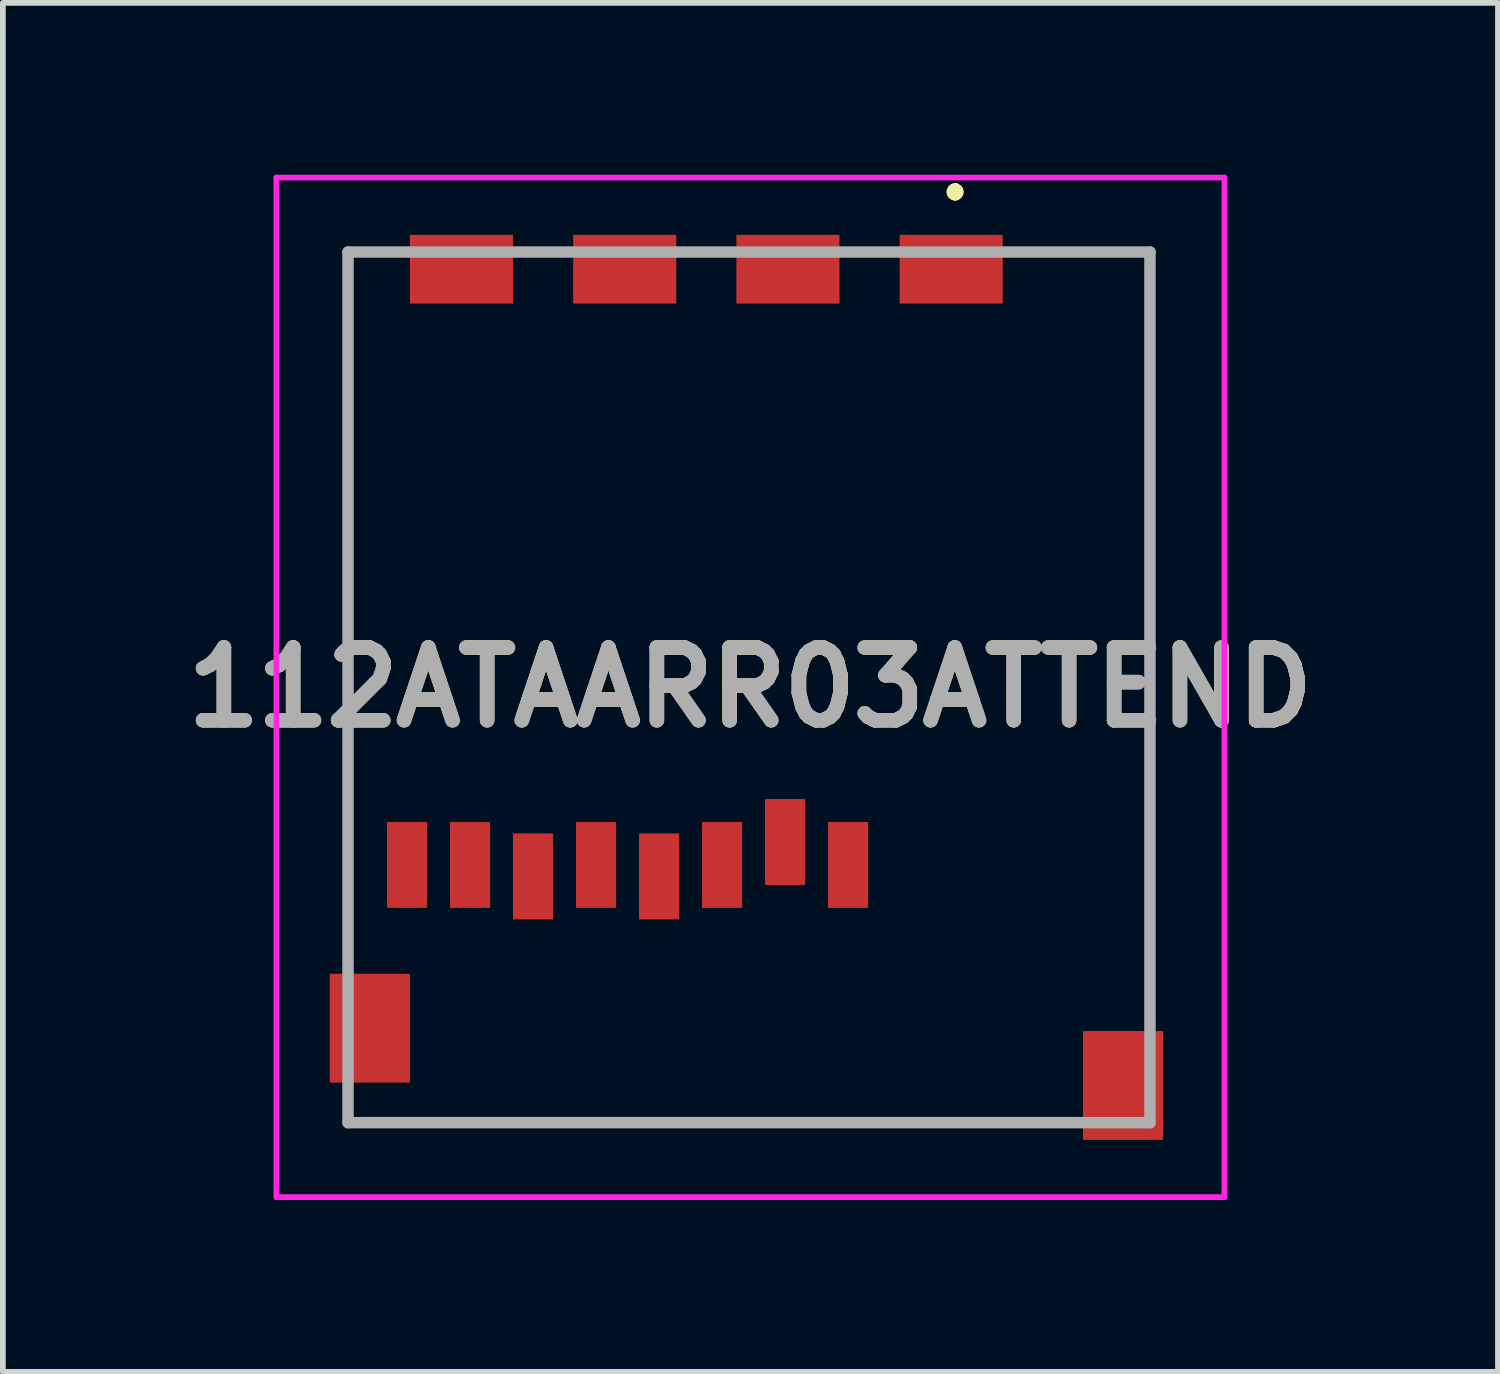
<source format=kicad_pcb>
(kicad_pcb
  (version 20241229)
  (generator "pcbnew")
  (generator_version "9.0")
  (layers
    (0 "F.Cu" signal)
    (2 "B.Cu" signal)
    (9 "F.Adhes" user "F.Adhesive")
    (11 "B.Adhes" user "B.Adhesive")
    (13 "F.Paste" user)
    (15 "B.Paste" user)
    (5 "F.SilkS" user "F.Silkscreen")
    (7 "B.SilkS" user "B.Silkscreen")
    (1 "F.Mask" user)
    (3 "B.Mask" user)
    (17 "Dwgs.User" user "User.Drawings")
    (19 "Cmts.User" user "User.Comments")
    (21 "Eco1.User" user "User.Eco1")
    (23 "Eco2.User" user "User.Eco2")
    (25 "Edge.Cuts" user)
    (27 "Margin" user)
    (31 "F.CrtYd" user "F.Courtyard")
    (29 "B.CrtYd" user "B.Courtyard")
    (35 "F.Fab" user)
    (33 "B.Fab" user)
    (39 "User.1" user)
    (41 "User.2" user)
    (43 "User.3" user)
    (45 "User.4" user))
  (footprint "112ATAARR03ATTEND"
    (layer "F.Cu")
    (at 2.956 12.05)
    (property "Reference" "112ATAARR03ATTEND" (at 7.095 -3.1 0) (layer "F.SilkS") (effects (font (size 1.27 1.27) (thickness 0.254))))
    (attr smd)
    (fp_line (start 0.07 -10.7) (end 0.07 -10.7) (stroke (width 0.1) (type solid)) (layer "F.SilkS"))
    (fp_line (start 0.07 -10.7) (end 0.07 -10.7) (stroke (width 0.1) (type solid)) (layer "F.SilkS"))
    (fp_line (start 0.07 -10.7) (end 0.07 1.4) (stroke (width 0.1) (type solid)) (layer "F.SilkS"))
    (fp_line (start 0.07 -10.7) (end 0.57 -10.7) (stroke (width 0.1) (type solid)) (layer "F.SilkS"))
    (fp_line (start 0.07 1.4) (end 0.07 -10.7) (stroke (width 0.1) (type solid)) (layer "F.SilkS"))
    (fp_line (start 0.07 1.4) (end 0.07 1.4) (stroke (width 0.1) (type solid)) (layer "F.SilkS"))
    (fp_line (start 0.07 4.5) (end 0.07 4.5) (stroke (width 0.1) (type solid)) (layer "F.SilkS"))
    (fp_line (start 0.07 4.5) (end 12.32 4.5) (stroke (width 0.1) (type solid)) (layer "F.SilkS"))
    (fp_line (start 0.57 -10.7) (end 0.07 -10.7) (stroke (width 0.1) (type solid)) (layer "F.SilkS"))
    (fp_line (start 0.57 -10.7) (end 0.57 -10.7) (stroke (width 0.1) (type solid)) (layer "F.SilkS"))
    (fp_line (start 10.67 -11.8) (end 10.67 -11.8) (stroke (width 0.2) (type solid)) (layer "F.SilkS"))
    (fp_line (start 10.67 -11.8) (end 10.67 -11.8) (stroke (width 0.2) (type solid)) (layer "F.SilkS"))
    (fp_line (start 10.67 -11.7) (end 10.67 -11.7) (stroke (width 0.2) (type solid)) (layer "F.SilkS"))
    (fp_line (start 12.07 -10.7) (end 12.07 -10.7) (stroke (width 0.1) (type solid)) (layer "F.SilkS"))
    (fp_line (start 12.07 -10.7) (end 14.07 -10.7) (stroke (width 0.1) (type solid)) (layer "F.SilkS"))
    (fp_line (start 12.32 4.5) (end 0.07 4.5) (stroke (width 0.1) (type solid)) (layer "F.SilkS"))
    (fp_line (start 12.32 4.5) (end 12.32 4.5) (stroke (width 0.1) (type solid)) (layer "F.SilkS"))
    (fp_line (start 14.07 -10.7) (end 12.07 -10.7) (stroke (width 0.1) (type solid)) (layer "F.SilkS"))
    (fp_line (start 14.07 -10.7) (end 14.07 -10.7) (stroke (width 0.1) (type solid)) (layer "F.SilkS"))
    (fp_line (start 14.07 -10.7) (end 14.07 -10.7) (stroke (width 0.1) (type solid)) (layer "F.SilkS"))
    (fp_line (start 14.07 -10.7) (end 14.07 2.15) (stroke (width 0.1) (type solid)) (layer "F.SilkS"))
    (fp_line (start 14.07 2.15) (end 14.07 -10.7) (stroke (width 0.1) (type solid)) (layer "F.SilkS"))
    (fp_line (start 14.07 2.15) (end 14.07 2.15) (stroke (width 0.1) (type solid)) (layer "F.SilkS"))
    (fp_arc (start 10.67 -11.8) (mid 10.72 -11.75) (end 10.67 -11.7) (stroke (width 0.2) (type solid)) (layer "F.SilkS"))
    (fp_arc (start 10.67 -11.7) (mid 10.62 -11.75) (end 10.67 -11.8) (stroke (width 0.2) (type solid)) (layer "F.SilkS"))
    (fp_arc (start 10.67 -11.7) (mid 10.62 -11.75) (end 10.67 -11.8) (stroke (width 0.2) (type solid)) (layer "F.SilkS"))
    (fp_line (start -1.18 -12) (end 15.37 -12) (stroke (width 0.1) (type solid)) (layer "F.CrtYd"))
    (fp_line (start -1.18 5.8) (end -1.18 -12) (stroke (width 0.1) (type solid)) (layer "F.CrtYd"))
    (fp_line (start 15.37 -12) (end 15.37 5.8) (stroke (width 0.1) (type solid)) (layer "F.CrtYd"))
    (fp_line (start 15.37 5.8) (end -1.18 5.8) (stroke (width 0.1) (type solid)) (layer "F.CrtYd"))
    (fp_line (start 0.07 -10.7) (end 0.07 4.5) (stroke (width 0.2) (type solid)) (layer "F.Fab"))
    (fp_line (start 0.07 4.5) (end 14.07 4.5) (stroke (width 0.2) (type solid)) (layer "F.Fab"))
    (fp_line (start 14.07 -10.7) (end 0.07 -10.7) (stroke (width 0.2) (type solid)) (layer "F.Fab"))
    (fp_line (start 14.07 4.5) (end 14.07 -10.7) (stroke (width 0.2) (type solid)) (layer "F.Fab"))
    (fp_text user "${REFERENCE}" (at 7.095 -3.1 0) (layer "F.Fab") (effects (font (size 1.27 1.27) (thickness 0.254))))
    (pad "G1" smd rect (at 10.6 -10.4 90) (size 1.2 1.8) (layers "F.Cu" "F.Mask" "F.Paste"))
    (pad "G2" smd rect (at 4.9 -10.4 90) (size 1.2 1.8) (layers "F.Cu" "F.Mask" "F.Paste"))
    (pad "G3" smd rect (at 13.6 3.85) (size 1.4 1.9) (layers "F.Cu" "F.Mask" "F.Paste"))
    (pad "G4" smd rect (at 0.45 2.85) (size 1.4 1.9) (layers "F.Cu" "F.Mask" "F.Paste"))
    (pad "P1" smd rect (at 8.8 0) (size 0.7 1.5) (layers "F.Cu" "F.Mask" "F.Paste"))
    (pad "P2" smd rect (at 7.7 -0.4) (size 0.7 1.5) (layers "F.Cu" "F.Mask" "F.Paste"))
    (pad "P3" smd rect (at 6.6 0) (size 0.7 1.5) (layers "F.Cu" "F.Mask" "F.Paste"))
    (pad "P4" smd rect (at 5.5 0.2) (size 0.7 1.5) (layers "F.Cu" "F.Mask" "F.Paste"))
    (pad "P5" smd rect (at 4.4 0) (size 0.7 1.5) (layers "F.Cu" "F.Mask" "F.Paste"))
    (pad "P6" smd rect (at 3.3 0.2) (size 0.7 1.5) (layers "F.Cu" "F.Mask" "F.Paste"))
    (pad "P7" smd rect (at 2.2 0) (size 0.7 1.5) (layers "F.Cu" "F.Mask" "F.Paste"))
    (pad "P8" smd rect (at 1.1 0) (size 0.7 1.5) (layers "F.Cu" "F.Mask" "F.Paste"))
    (pad "S1" smd rect (at 7.75 -10.4 90) (size 1.2 1.8) (layers "F.Cu" "F.Mask" "F.Paste"))
    (pad "S2" smd rect (at 2.05 -10.4 90) (size 1.2 1.8) (layers "F.Cu" "F.Mask" "F.Paste")))
  (gr_rect
    (start -3 -3)
    (end 23.102 20.9)
    (stroke (width 0.1) (type default))
    (fill no)
    (layer "Edge.Cuts")))
</source>
